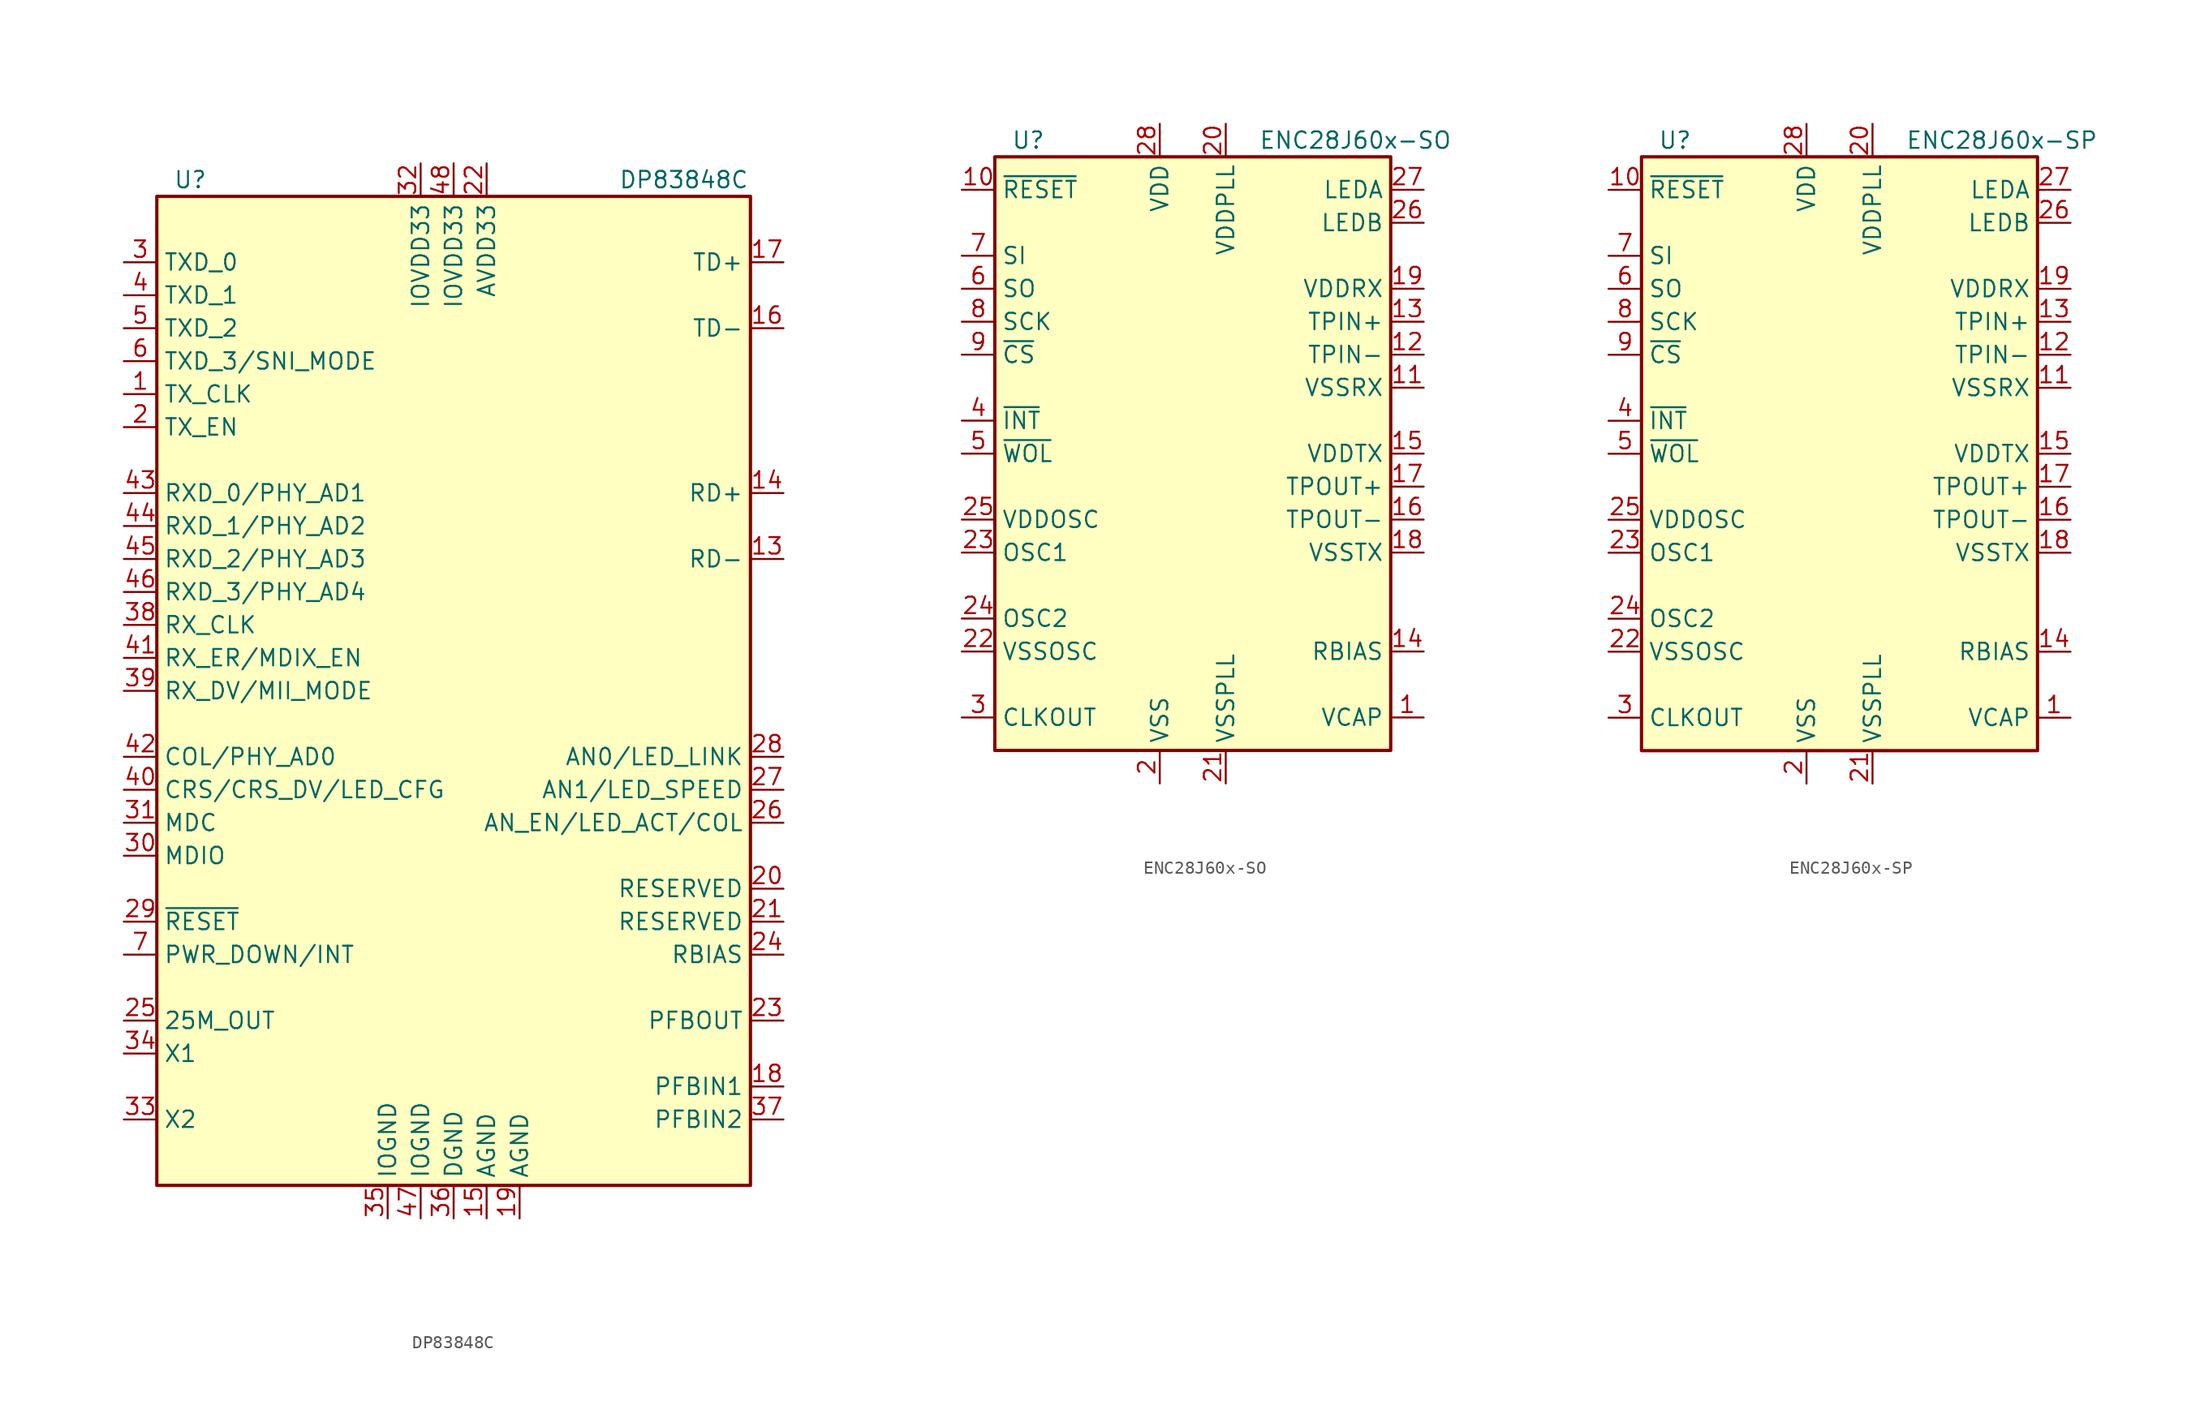
<source format=kicad_sym>
(kicad_symbol_lib
  (version 20211014)
  (generator kicad_symbol_editor)
  (symbol "DP83848C"
    (property "Reference" "U"
      (at -21.59 39.37 0)
      (effects (font (size 1.27 1.27)) (justify left)))
    (property "Value" "DP83848C"
      (at 12.7 39.37 0)
      (effects (font (size 1.27 1.27)) (justify left)))
    (symbol "DP83848C_0_1"
      (rectangle (start -22.86 38.1) (end 22.86 -38.1) (stroke (width 0.254) (type default) (color 0 0 0 0)) (fill (type background))))
    (symbol "DP83848C_1_1"
      (pin output line (at -25.4 22.86 0) (length 2.54) (name "TX_CLK" (effects (font (size 1.27 1.27)))) (number "1" (effects (font (size 1.27 1.27)))))
      (pin passive line (at 25.4 10.16 180) (length 2.54) (name "RD-" (effects (font (size 1.27 1.27)))) (number "13" (effects (font (size 1.27 1.27)))))
      (pin passive line (at 25.4 15.24 180) (length 2.54) (name "RD+" (effects (font (size 1.27 1.27)))) (number "14" (effects (font (size 1.27 1.27)))))
      (pin power_in line (at 2.54 -40.64 90) (length 2.54) (name "AGND" (effects (font (size 1.27 1.27)))) (number "15" (effects (font (size 1.27 1.27)))))
      (pin passive line (at 25.4 27.94 180) (length 2.54) (name "TD-" (effects (font (size 1.27 1.27)))) (number "16" (effects (font (size 1.27 1.27)))))
      (pin passive line (at 25.4 33.02 180) (length 2.54) (name "TD+" (effects (font (size 1.27 1.27)))) (number "17" (effects (font (size 1.27 1.27)))))
      (pin passive line (at 25.4 -30.48 180) (length 2.54) (name "PFBIN1" (effects (font (size 1.27 1.27)))) (number "18" (effects (font (size 1.27 1.27)))))
      (pin power_in line (at 5.08 -40.64 90) (length 2.54) (name "AGND" (effects (font (size 1.27 1.27)))) (number "19" (effects (font (size 1.27 1.27)))))
      (pin input line (at -25.4 20.32 0) (length 2.54) (name "TX_EN" (effects (font (size 1.27 1.27)))) (number "2" (effects (font (size 1.27 1.27)))))
      (pin passive line (at 25.4 -15.24 180) (length 2.54) (name "RESERVED" (effects (font (size 1.27 1.27)))) (number "20" (effects (font (size 1.27 1.27)))))
      (pin passive line (at 25.4 -17.78 180) (length 2.54) (name "RESERVED" (effects (font (size 1.27 1.27)))) (number "21" (effects (font (size 1.27 1.27)))))
      (pin power_in line (at 2.54 40.64 270) (length 2.54) (name "AVDD33" (effects (font (size 1.27 1.27)))) (number "22" (effects (font (size 1.27 1.27)))))
      (pin passive line (at 25.4 -25.4 180) (length 2.54) (name "PFBOUT" (effects (font (size 1.27 1.27)))) (number "23" (effects (font (size 1.27 1.27)))))
      (pin passive line (at 25.4 -20.32 180) (length 2.54) (name "RBIAS" (effects (font (size 1.27 1.27)))) (number "24" (effects (font (size 1.27 1.27)))))
      (pin output line (at -25.4 -25.4 0) (length 2.54) (name "25M_OUT" (effects (font (size 1.27 1.27)))) (number "25" (effects (font (size 1.27 1.27)))))
      (pin output line (at 25.4 -10.16 180) (length 2.54) (name "AN_EN/LED_ACT/COL" (effects (font (size 1.27 1.27)))) (number "26" (effects (font (size 1.27 1.27)))))
      (pin output line (at 25.4 -7.62 180) (length 2.54) (name "AN1/LED_SPEED" (effects (font (size 1.27 1.27)))) (number "27" (effects (font (size 1.27 1.27)))))
      (pin output line (at 25.4 -5.08 180) (length 2.54) (name "AN0/LED_LINK" (effects (font (size 1.27 1.27)))) (number "28" (effects (font (size 1.27 1.27)))))
      (pin input line (at -25.4 -17.78 0) (length 2.54) (name "~{RESET}" (effects (font (size 1.27 1.27)))) (number "29" (effects (font (size 1.27 1.27)))))
      (pin input line (at -25.4 33.02 0) (length 2.54) (name "TXD_0" (effects (font (size 1.27 1.27)))) (number "3" (effects (font (size 1.27 1.27)))))
      (pin bidirectional line (at -25.4 -12.7 0) (length 2.54) (name "MDIO" (effects (font (size 1.27 1.27)))) (number "30" (effects (font (size 1.27 1.27)))))
      (pin input line (at -25.4 -10.16 0) (length 2.54) (name "MDC" (effects (font (size 1.27 1.27)))) (number "31" (effects (font (size 1.27 1.27)))))
      (pin power_in line (at -2.54 40.64 270) (length 2.54) (name "IOVDD33" (effects (font (size 1.27 1.27)))) (number "32" (effects (font (size 1.27 1.27)))))
      (pin output line (at -25.4 -33.02 0) (length 2.54) (name "X2" (effects (font (size 1.27 1.27)))) (number "33" (effects (font (size 1.27 1.27)))))
      (pin input line (at -25.4 -27.94 0) (length 2.54) (name "X1" (effects (font (size 1.27 1.27)))) (number "34" (effects (font (size 1.27 1.27)))))
      (pin power_in line (at -5.08 -40.64 90) (length 2.54) (name "IOGND" (effects (font (size 1.27 1.27)))) (number "35" (effects (font (size 1.27 1.27)))))
      (pin power_in line (at 0 -40.64 90) (length 2.54) (name "DGND" (effects (font (size 1.27 1.27)))) (number "36" (effects (font (size 1.27 1.27)))))
      (pin passive line (at 25.4 -33.02 180) (length 2.54) (name "PFBIN2" (effects (font (size 1.27 1.27)))) (number "37" (effects (font (size 1.27 1.27)))))
      (pin output line (at -25.4 5.08 0) (length 2.54) (name "RX_CLK" (effects (font (size 1.27 1.27)))) (number "38" (effects (font (size 1.27 1.27)))))
      (pin output line (at -25.4 0 0) (length 2.54) (name "RX_DV/MII_MODE" (effects (font (size 1.27 1.27)))) (number "39" (effects (font (size 1.27 1.27)))))
      (pin input line (at -25.4 30.48 0) (length 2.54) (name "TXD_1" (effects (font (size 1.27 1.27)))) (number "4" (effects (font (size 1.27 1.27)))))
      (pin output line (at -25.4 -7.62 0) (length 2.54) (name "CRS/CRS_DV/LED_CFG" (effects (font (size 1.27 1.27)))) (number "40" (effects (font (size 1.27 1.27)))))
      (pin output line (at -25.4 2.54 0) (length 2.54) (name "RX_ER/MDIX_EN" (effects (font (size 1.27 1.27)))) (number "41" (effects (font (size 1.27 1.27)))))
      (pin output line (at -25.4 -5.08 0) (length 2.54) (name "COL/PHY_AD0" (effects (font (size 1.27 1.27)))) (number "42" (effects (font (size 1.27 1.27)))))
      (pin output line (at -25.4 15.24 0) (length 2.54) (name "RXD_0/PHY_AD1" (effects (font (size 1.27 1.27)))) (number "43" (effects (font (size 1.27 1.27)))))
      (pin output line (at -25.4 12.7 0) (length 2.54) (name "RXD_1/PHY_AD2" (effects (font (size 1.27 1.27)))) (number "44" (effects (font (size 1.27 1.27)))))
      (pin output line (at -25.4 10.16 0) (length 2.54) (name "RXD_2/PHY_AD3" (effects (font (size 1.27 1.27)))) (number "45" (effects (font (size 1.27 1.27)))))
      (pin output line (at -25.4 7.62 0) (length 2.54) (name "RXD_3/PHY_AD4" (effects (font (size 1.27 1.27)))) (number "46" (effects (font (size 1.27 1.27)))))
      (pin power_in line (at -2.54 -40.64 90) (length 2.54) (name "IOGND" (effects (font (size 1.27 1.27)))) (number "47" (effects (font (size 1.27 1.27)))))
      (pin power_in line (at 0 40.64 270) (length 2.54) (name "IOVDD33" (effects (font (size 1.27 1.27)))) (number "48" (effects (font (size 1.27 1.27)))))
      (pin input line (at -25.4 27.94 0) (length 2.54) (name "TXD_2" (effects (font (size 1.27 1.27)))) (number "5" (effects (font (size 1.27 1.27)))))
      (pin input line (at -25.4 25.4 0) (length 2.54) (name "TXD_3/SNI_MODE" (effects (font (size 1.27 1.27)))) (number "6" (effects (font (size 1.27 1.27)))))
      (pin input line (at -25.4 -20.32 0) (length 2.54) (name "PWR_DOWN/INT" (effects (font (size 1.27 1.27)))) (number "7" (effects (font (size 1.27 1.27)))))))
  (symbol "ENC28J60x-SO"
    (property "Reference" "U"
      (at -13.97 24.13 0)
      (effects (font (size 1.27 1.27)) (justify left)))
    (property "Value" "ENC28J60x-SO"
      (at 5.08 24.13 0)
      (effects (font (size 1.27 1.27)) (justify left)))
    (symbol "ENC28J60x-SO_0_1"
      (rectangle (start -15.24 22.86) (end 15.24 -22.86) (stroke (width 0.254) (type default) (color 0 0 0 0)) (fill (type background))))
    (symbol "ENC28J60x-SO_1_1"
      (pin input line (at 17.78 -20.32 180) (length 2.54) (name "VCAP" (effects (font (size 1.27 1.27)))) (number "1" (effects (font (size 1.27 1.27)))))
      (pin input line (at -17.78 20.32 0) (length 2.54) (name "~{RESET}" (effects (font (size 1.27 1.27)))) (number "10" (effects (font (size 1.27 1.27)))))
      (pin power_in line (at 17.78 5.08 180) (length 2.54) (name "VSSRX" (effects (font (size 1.27 1.27)))) (number "11" (effects (font (size 1.27 1.27)))))
      (pin input line (at 17.78 7.62 180) (length 2.54) (name "TPIN-" (effects (font (size 1.27 1.27)))) (number "12" (effects (font (size 1.27 1.27)))))
      (pin input line (at 17.78 10.16 180) (length 2.54) (name "TPIN+" (effects (font (size 1.27 1.27)))) (number "13" (effects (font (size 1.27 1.27)))))
      (pin input line (at 17.78 -15.24 180) (length 2.54) (name "RBIAS" (effects (font (size 1.27 1.27)))) (number "14" (effects (font (size 1.27 1.27)))))
      (pin power_in line (at 17.78 0 180) (length 2.54) (name "VDDTX" (effects (font (size 1.27 1.27)))) (number "15" (effects (font (size 1.27 1.27)))))
      (pin output line (at 17.78 -5.08 180) (length 2.54) (name "TPOUT-" (effects (font (size 1.27 1.27)))) (number "16" (effects (font (size 1.27 1.27)))))
      (pin output line (at 17.78 -2.54 180) (length 2.54) (name "TPOUT+" (effects (font (size 1.27 1.27)))) (number "17" (effects (font (size 1.27 1.27)))))
      (pin power_in line (at 17.78 -7.62 180) (length 2.54) (name "VSSTX" (effects (font (size 1.27 1.27)))) (number "18" (effects (font (size 1.27 1.27)))))
      (pin power_in line (at 17.78 12.7 180) (length 2.54) (name "VDDRX" (effects (font (size 1.27 1.27)))) (number "19" (effects (font (size 1.27 1.27)))))
      (pin power_in line (at -2.54 -25.4 90) (length 2.54) (name "VSS" (effects (font (size 1.27 1.27)))) (number "2" (effects (font (size 1.27 1.27)))))
      (pin power_in line (at 2.54 25.4 270) (length 2.54) (name "VDDPLL" (effects (font (size 1.27 1.27)))) (number "20" (effects (font (size 1.27 1.27)))))
      (pin power_in line (at 2.54 -25.4 90) (length 2.54) (name "VSSPLL" (effects (font (size 1.27 1.27)))) (number "21" (effects (font (size 1.27 1.27)))))
      (pin power_in line (at -17.78 -15.24 0) (length 2.54) (name "VSSOSC" (effects (font (size 1.27 1.27)))) (number "22" (effects (font (size 1.27 1.27)))))
      (pin input line (at -17.78 -7.62 0) (length 2.54) (name "OSC1" (effects (font (size 1.27 1.27)))) (number "23" (effects (font (size 1.27 1.27)))))
      (pin input line (at -17.78 -12.7 0) (length 2.54) (name "OSC2" (effects (font (size 1.27 1.27)))) (number "24" (effects (font (size 1.27 1.27)))))
      (pin power_in line (at -17.78 -5.08 0) (length 2.54) (name "VDDOSC" (effects (font (size 1.27 1.27)))) (number "25" (effects (font (size 1.27 1.27)))))
      (pin output line (at 17.78 17.78 180) (length 2.54) (name "LEDB" (effects (font (size 1.27 1.27)))) (number "26" (effects (font (size 1.27 1.27)))))
      (pin output line (at 17.78 20.32 180) (length 2.54) (name "LEDA" (effects (font (size 1.27 1.27)))) (number "27" (effects (font (size 1.27 1.27)))))
      (pin power_in line (at -2.54 25.4 270) (length 2.54) (name "VDD" (effects (font (size 1.27 1.27)))) (number "28" (effects (font (size 1.27 1.27)))))
      (pin output line (at -17.78 -20.32 0) (length 2.54) (name "CLKOUT" (effects (font (size 1.27 1.27)))) (number "3" (effects (font (size 1.27 1.27)))))
      (pin output line (at -17.78 2.54 0) (length 2.54) (name "~{INT}" (effects (font (size 1.27 1.27)))) (number "4" (effects (font (size 1.27 1.27)))))
      (pin output line (at -17.78 0 0) (length 2.54) (name "~{WOL}" (effects (font (size 1.27 1.27)))) (number "5" (effects (font (size 1.27 1.27)))))
      (pin output line (at -17.78 12.7 0) (length 2.54) (name "SO" (effects (font (size 1.27 1.27)))) (number "6" (effects (font (size 1.27 1.27)))))
      (pin input line (at -17.78 15.24 0) (length 2.54) (name "SI" (effects (font (size 1.27 1.27)))) (number "7" (effects (font (size 1.27 1.27)))))
      (pin input line (at -17.78 10.16 0) (length 2.54) (name "SCK" (effects (font (size 1.27 1.27)))) (number "8" (effects (font (size 1.27 1.27)))))
      (pin input line (at -17.78 7.62 0) (length 2.54) (name "~{CS}" (effects (font (size 1.27 1.27)))) (number "9" (effects (font (size 1.27 1.27)))))))
  (symbol "ENC28J60x-SP"
    (property "Reference" "U"
      (at -13.97 24.13 0)
      (effects (font (size 1.27 1.27)) (justify left)))
    (property "Value" "ENC28J60x-SP"
      (at 5.08 24.13 0)
      (effects (font (size 1.27 1.27)) (justify left)))
    (symbol "ENC28J60x-SP_0_1"
      (rectangle (start -15.24 22.86) (end 15.24 -22.86) (stroke (width 0.254) (type default) (color 0 0 0 0)) (fill (type background))))
    (symbol "ENC28J60x-SP_1_1"
      (pin input line (at 17.78 -20.32 180) (length 2.54) (name "VCAP" (effects (font (size 1.27 1.27)))) (number "1" (effects (font (size 1.27 1.27)))))
      (pin input line (at -17.78 20.32 0) (length 2.54) (name "~{RESET}" (effects (font (size 1.27 1.27)))) (number "10" (effects (font (size 1.27 1.27)))))
      (pin power_in line (at 17.78 5.08 180) (length 2.54) (name "VSSRX" (effects (font (size 1.27 1.27)))) (number "11" (effects (font (size 1.27 1.27)))))
      (pin input line (at 17.78 7.62 180) (length 2.54) (name "TPIN-" (effects (font (size 1.27 1.27)))) (number "12" (effects (font (size 1.27 1.27)))))
      (pin input line (at 17.78 10.16 180) (length 2.54) (name "TPIN+" (effects (font (size 1.27 1.27)))) (number "13" (effects (font (size 1.27 1.27)))))
      (pin input line (at 17.78 -15.24 180) (length 2.54) (name "RBIAS" (effects (font (size 1.27 1.27)))) (number "14" (effects (font (size 1.27 1.27)))))
      (pin power_in line (at 17.78 0 180) (length 2.54) (name "VDDTX" (effects (font (size 1.27 1.27)))) (number "15" (effects (font (size 1.27 1.27)))))
      (pin output line (at 17.78 -5.08 180) (length 2.54) (name "TPOUT-" (effects (font (size 1.27 1.27)))) (number "16" (effects (font (size 1.27 1.27)))))
      (pin output line (at 17.78 -2.54 180) (length 2.54) (name "TPOUT+" (effects (font (size 1.27 1.27)))) (number "17" (effects (font (size 1.27 1.27)))))
      (pin power_in line (at 17.78 -7.62 180) (length 2.54) (name "VSSTX" (effects (font (size 1.27 1.27)))) (number "18" (effects (font (size 1.27 1.27)))))
      (pin power_in line (at 17.78 12.7 180) (length 2.54) (name "VDDRX" (effects (font (size 1.27 1.27)))) (number "19" (effects (font (size 1.27 1.27)))))
      (pin power_in line (at -2.54 -25.4 90) (length 2.54) (name "VSS" (effects (font (size 1.27 1.27)))) (number "2" (effects (font (size 1.27 1.27)))))
      (pin power_in line (at 2.54 25.4 270) (length 2.54) (name "VDDPLL" (effects (font (size 1.27 1.27)))) (number "20" (effects (font (size 1.27 1.27)))))
      (pin power_in line (at 2.54 -25.4 90) (length 2.54) (name "VSSPLL" (effects (font (size 1.27 1.27)))) (number "21" (effects (font (size 1.27 1.27)))))
      (pin power_in line (at -17.78 -15.24 0) (length 2.54) (name "VSSOSC" (effects (font (size 1.27 1.27)))) (number "22" (effects (font (size 1.27 1.27)))))
      (pin input line (at -17.78 -7.62 0) (length 2.54) (name "OSC1" (effects (font (size 1.27 1.27)))) (number "23" (effects (font (size 1.27 1.27)))))
      (pin input line (at -17.78 -12.7 0) (length 2.54) (name "OSC2" (effects (font (size 1.27 1.27)))) (number "24" (effects (font (size 1.27 1.27)))))
      (pin power_in line (at -17.78 -5.08 0) (length 2.54) (name "VDDOSC" (effects (font (size 1.27 1.27)))) (number "25" (effects (font (size 1.27 1.27)))))
      (pin output line (at 17.78 17.78 180) (length 2.54) (name "LEDB" (effects (font (size 1.27 1.27)))) (number "26" (effects (font (size 1.27 1.27)))))
      (pin output line (at 17.78 20.32 180) (length 2.54) (name "LEDA" (effects (font (size 1.27 1.27)))) (number "27" (effects (font (size 1.27 1.27)))))
      (pin power_in line (at -2.54 25.4 270) (length 2.54) (name "VDD" (effects (font (size 1.27 1.27)))) (number "28" (effects (font (size 1.27 1.27)))))
      (pin output line (at -17.78 -20.32 0) (length 2.54) (name "CLKOUT" (effects (font (size 1.27 1.27)))) (number "3" (effects (font (size 1.27 1.27)))))
      (pin output line (at -17.78 2.54 0) (length 2.54) (name "~{INT}" (effects (font (size 1.27 1.27)))) (number "4" (effects (font (size 1.27 1.27)))))
      (pin output line (at -17.78 0 0) (length 2.54) (name "~{WOL}" (effects (font (size 1.27 1.27)))) (number "5" (effects (font (size 1.27 1.27)))))
      (pin output line (at -17.78 12.7 0) (length 2.54) (name "SO" (effects (font (size 1.27 1.27)))) (number "6" (effects (font (size 1.27 1.27)))))
      (pin input line (at -17.78 15.24 0) (length 2.54) (name "SI" (effects (font (size 1.27 1.27)))) (number "7" (effects (font (size 1.27 1.27)))))
      (pin input line (at -17.78 10.16 0) (length 2.54) (name "SCK" (effects (font (size 1.27 1.27)))) (number "8" (effects (font (size 1.27 1.27)))))
      (pin input line (at -17.78 7.62 0) (length 2.54) (name "~{CS}" (effects (font (size 1.27 1.27)))) (number "9" (effects (font (size 1.27 1.27))))))))
</source>
